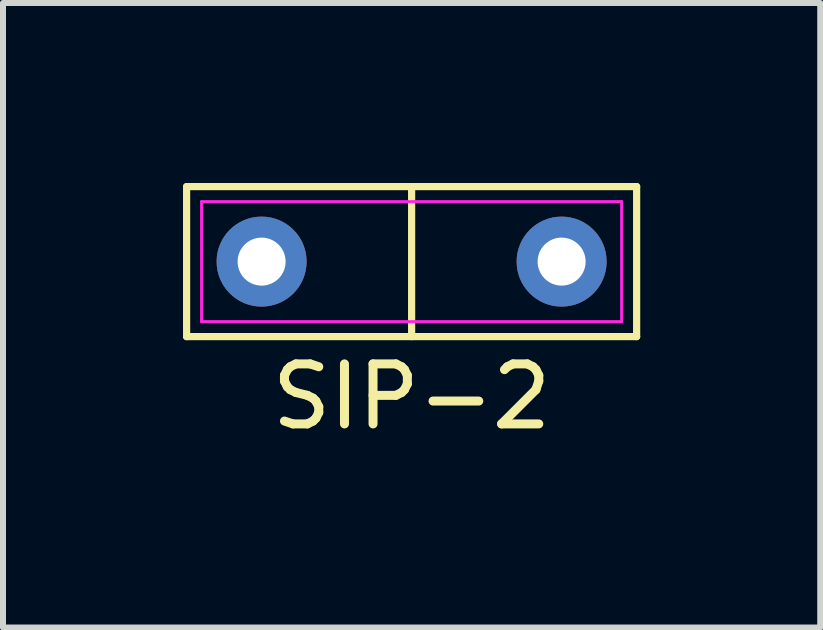
<source format=kicad_pcb>
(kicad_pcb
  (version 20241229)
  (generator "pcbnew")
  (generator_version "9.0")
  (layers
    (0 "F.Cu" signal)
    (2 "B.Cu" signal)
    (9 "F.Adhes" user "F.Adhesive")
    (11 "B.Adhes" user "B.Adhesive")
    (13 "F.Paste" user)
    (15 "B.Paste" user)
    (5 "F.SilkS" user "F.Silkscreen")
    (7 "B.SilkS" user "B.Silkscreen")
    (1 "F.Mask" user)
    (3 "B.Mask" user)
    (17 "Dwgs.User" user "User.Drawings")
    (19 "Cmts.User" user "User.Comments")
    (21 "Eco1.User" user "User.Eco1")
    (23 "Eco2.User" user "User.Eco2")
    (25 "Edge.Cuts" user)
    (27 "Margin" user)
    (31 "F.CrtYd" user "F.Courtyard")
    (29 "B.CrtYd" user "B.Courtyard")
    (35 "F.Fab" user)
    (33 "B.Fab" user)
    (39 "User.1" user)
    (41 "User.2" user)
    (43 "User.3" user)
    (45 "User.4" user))
  (footprint "SIP-2"
    (layer "F.Cu")
    (at 3.81 1.31)
    (property "Reference" "SIP-2" (at 0 2.25 0) (layer "F.SilkS") (effects (font (size 1 1) (thickness 0.15))))
    (fp_line (start -3.75 -1.25) (end 3.75 -1.25) (stroke (width 0.12) (type solid)) (layer "F.SilkS"))
    (fp_line (start -3.75 1.25) (end -3.75 -1.25) (stroke (width 0.12) (type solid)) (layer "F.SilkS"))
    (fp_line (start 0 -1.25) (end 0 1.25) (stroke (width 0.12) (type solid)) (layer "F.SilkS"))
    (fp_line (start 3.75 -1.25) (end 3.75 1.25) (stroke (width 0.12) (type solid)) (layer "F.SilkS"))
    (fp_line (start 3.75 1.25) (end -3.75 1.25) (stroke (width 0.12) (type solid)) (layer "F.SilkS"))
    (fp_line (start -3.5 -1) (end 3.5 -1) (stroke (width 0.05) (type solid)) (layer "F.CrtYd"))
    (fp_line (start -3.5 1) (end -3.5 -1) (stroke (width 0.05) (type solid)) (layer "F.CrtYd"))
    (fp_line (start 3.5 -1) (end 3.5 1) (stroke (width 0.05) (type solid)) (layer "F.CrtYd"))
    (fp_line (start 3.5 1) (end -3.5 1) (stroke (width 0.05) (type solid)) (layer "F.CrtYd"))
    (pad "1" thru_hole circle (at -2.5 0) (size 1.5 1.5) (drill 0.8) (layers "*.Cu" "*.Mask"))
    (pad "2" thru_hole circle (at 2.5 0) (size 1.5 1.5) (drill 0.8) (layers "*.Cu" "*.Mask")))
  (gr_rect
    (start -3 -3)
    (end 10.62 7.408)
    (stroke (width 0.1) (type default))
    (fill no)
    (layer "Edge.Cuts")))
</source>
